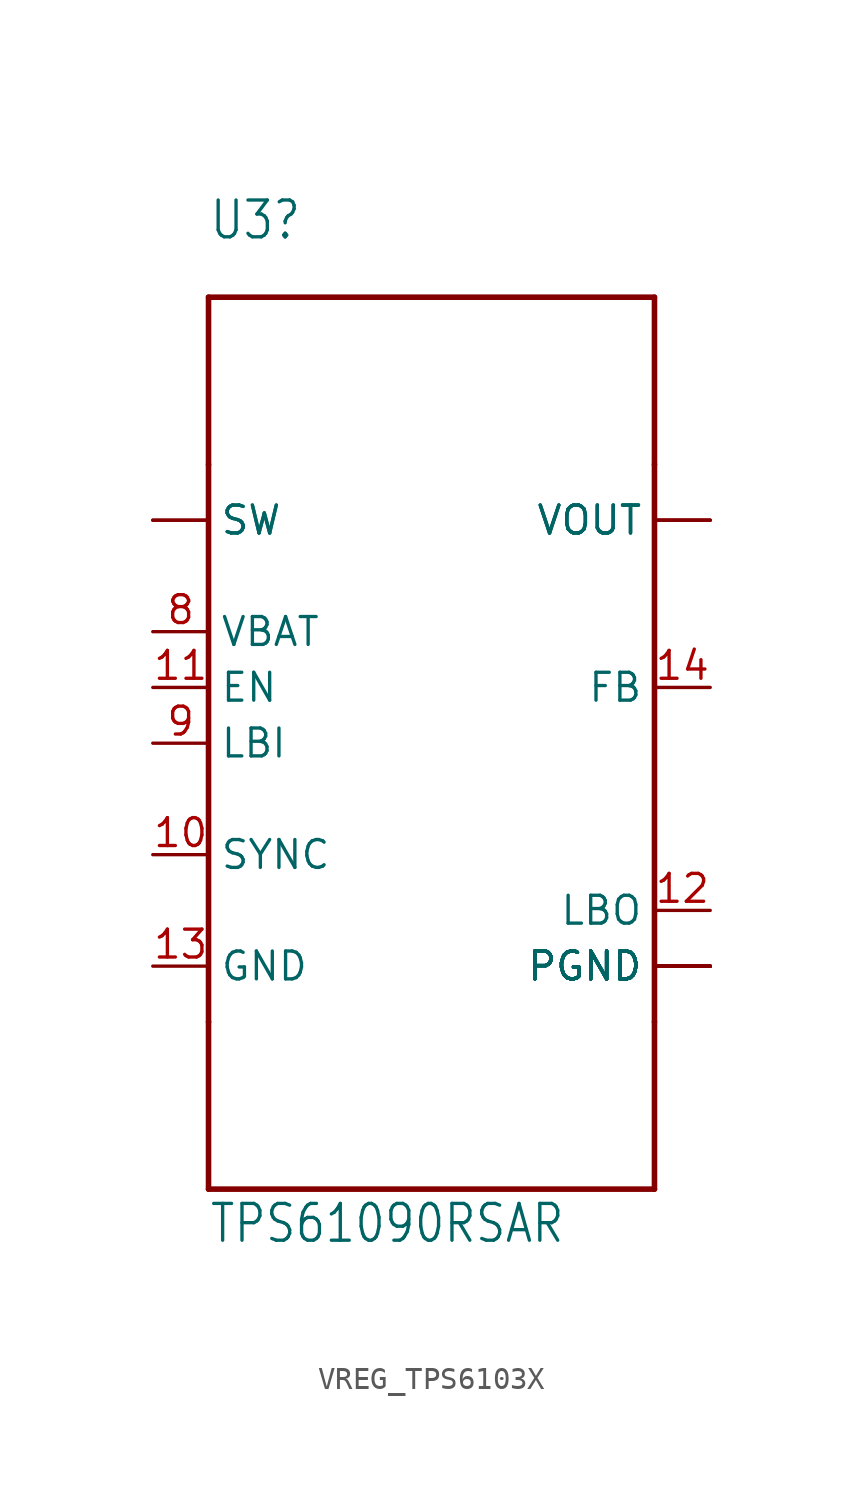
<source format=kicad_sym>
(kicad_symbol_lib
  (version 20220914)
  (generator kicad_symbol_editor)
  (symbol "VREG_TPS6103X"
    (property "Reference" "U3"
      (at -10.16 22.86 0)
      (effects (font (size 1.676 1.425)) (justify left bottom)))
    (property "Value" "TPS61090RSAR"
      (at -10.16 -22.86 0)
      (effects (font (size 1.676 1.425)) (justify left bottom)))
    (property "ki_locked" ""
      (at 0 0 0)
      (effects (font (size 1.27 1.27))))
    (symbol "VREG_TPS6103X_1_0"
      (polyline (pts (xy -10.16 -20.32) (xy 10.16 -20.32)) (stroke (width 0.254) (type solid)) (fill (type none)))
      (polyline (pts (xy -10.16 -12.7) (xy -10.16 -20.32)) (stroke (width 0.254) (type solid)) (fill (type none)))
      (polyline (pts (xy -10.16 -12.7) (xy -10.16 12.7)) (stroke (width 0.254) (type solid)) (fill (type none)))
      (polyline (pts (xy -10.16 12.7) (xy -10.16 20.32)) (stroke (width 0.254) (type solid)) (fill (type none)))
      (polyline (pts (xy -10.16 20.32) (xy 10.16 20.32)) (stroke (width 0.254) (type solid)) (fill (type none)))
      (polyline (pts (xy 10.16 -20.32) (xy 10.16 -12.7)) (stroke (width 0.254) (type solid)) (fill (type none)))
      (polyline (pts (xy 10.16 12.7) (xy 10.16 -12.7)) (stroke (width 0.254) (type solid)) (fill (type none)))
      (polyline (pts (xy 10.16 20.32) (xy 10.16 12.7)) (stroke (width 0.254) (type solid)) (fill (type none)))
      (pin power_in line (at 12.7 10.16 180) (length 2.54) (name "VOUT" (effects (font (size 1.27 1.27)))) (number "1" (effects (font (size 0 0)))))
      (pin input line (at -12.7 -5.08 0) (length 2.54) (name "SYNC" (effects (font (size 1.27 1.27)))) (number "10" (effects (font (size 1.27 1.27)))))
      (pin input line (at -12.7 2.54 0) (length 2.54) (name "EN" (effects (font (size 1.27 1.27)))) (number "11" (effects (font (size 1.27 1.27)))))
      (pin output line (at 12.7 -7.62 180) (length 2.54) (name "LBO" (effects (font (size 1.27 1.27)))) (number "12" (effects (font (size 1.27 1.27)))))
      (pin power_in line (at -12.7 -10.16 0) (length 2.54) (name "GND" (effects (font (size 1.27 1.27)))) (number "13" (effects (font (size 1.27 1.27)))))
      (pin input line (at 12.7 2.54 180) (length 2.54) (name "FB" (effects (font (size 1.27 1.27)))) (number "14" (effects (font (size 1.27 1.27)))))
      (pin power_in line (at 12.7 10.16 180) (length 2.54) (name "VOUT" (effects (font (size 1.27 1.27)))) (number "15" (effects (font (size 0 0)))))
      (pin power_in line (at 12.7 10.16 180) (length 2.54) (name "VOUT" (effects (font (size 1.27 1.27)))) (number "16" (effects (font (size 0 0)))))
      (pin input line (at -12.7 10.16 0) (length 2.54) (name "SW" (effects (font (size 1.27 1.27)))) (number "3" (effects (font (size 0 0)))))
      (pin input line (at -12.7 10.16 0) (length 2.54) (name "SW" (effects (font (size 1.27 1.27)))) (number "4" (effects (font (size 0 0)))))
      (pin power_in line (at 12.7 -10.16 180) (length 2.54) (name "PGND" (effects (font (size 1.27 1.27)))) (number "5" (effects (font (size 0 0)))))
      (pin power_in line (at 12.7 -10.16 180) (length 2.54) (name "PGND" (effects (font (size 1.27 1.27)))) (number "6" (effects (font (size 0 0)))))
      (pin power_in line (at 12.7 -10.16 180) (length 2.54) (name "PGND" (effects (font (size 1.27 1.27)))) (number "7" (effects (font (size 0 0)))))
      (pin input line (at -12.7 5.08 0) (length 2.54) (name "VBAT" (effects (font (size 1.27 1.27)))) (number "8" (effects (font (size 1.27 1.27)))))
      (pin input line (at -12.7 0 0) (length 2.54) (name "LBI" (effects (font (size 1.27 1.27)))) (number "9" (effects (font (size 1.27 1.27)))))
      (pin power_in line (at 12.7 -10.16 180) (length 2.54) (name "PGND" (effects (font (size 1.27 1.27)))) (number "P$18" (effects (font (size 0 0)))))
      (pin power_in line (at 12.7 -10.16 180) (length 2.54) (name "PGND" (effects (font (size 1.27 1.27)))) (number "P$19" (effects (font (size 0 0)))))
      (pin power_in line (at 12.7 -10.16 180) (length 2.54) (name "PGND" (effects (font (size 1.27 1.27)))) (number "P$20" (effects (font (size 0 0)))))
      (pin power_in line (at 12.7 -10.16 180) (length 2.54) (name "PGND" (effects (font (size 1.27 1.27)))) (number "P$21" (effects (font (size 0 0)))))
      (pin power_in line (at 12.7 -10.16 180) (length 2.54) (name "PGND" (effects (font (size 1.27 1.27)))) (number "P$22" (effects (font (size 0 0)))))
      (pin power_in line (at 12.7 -10.16 180) (length 2.54) (name "PGND" (effects (font (size 1.27 1.27)))) (number "THERMAL" (effects (font (size 0 0))))))))
</source>
